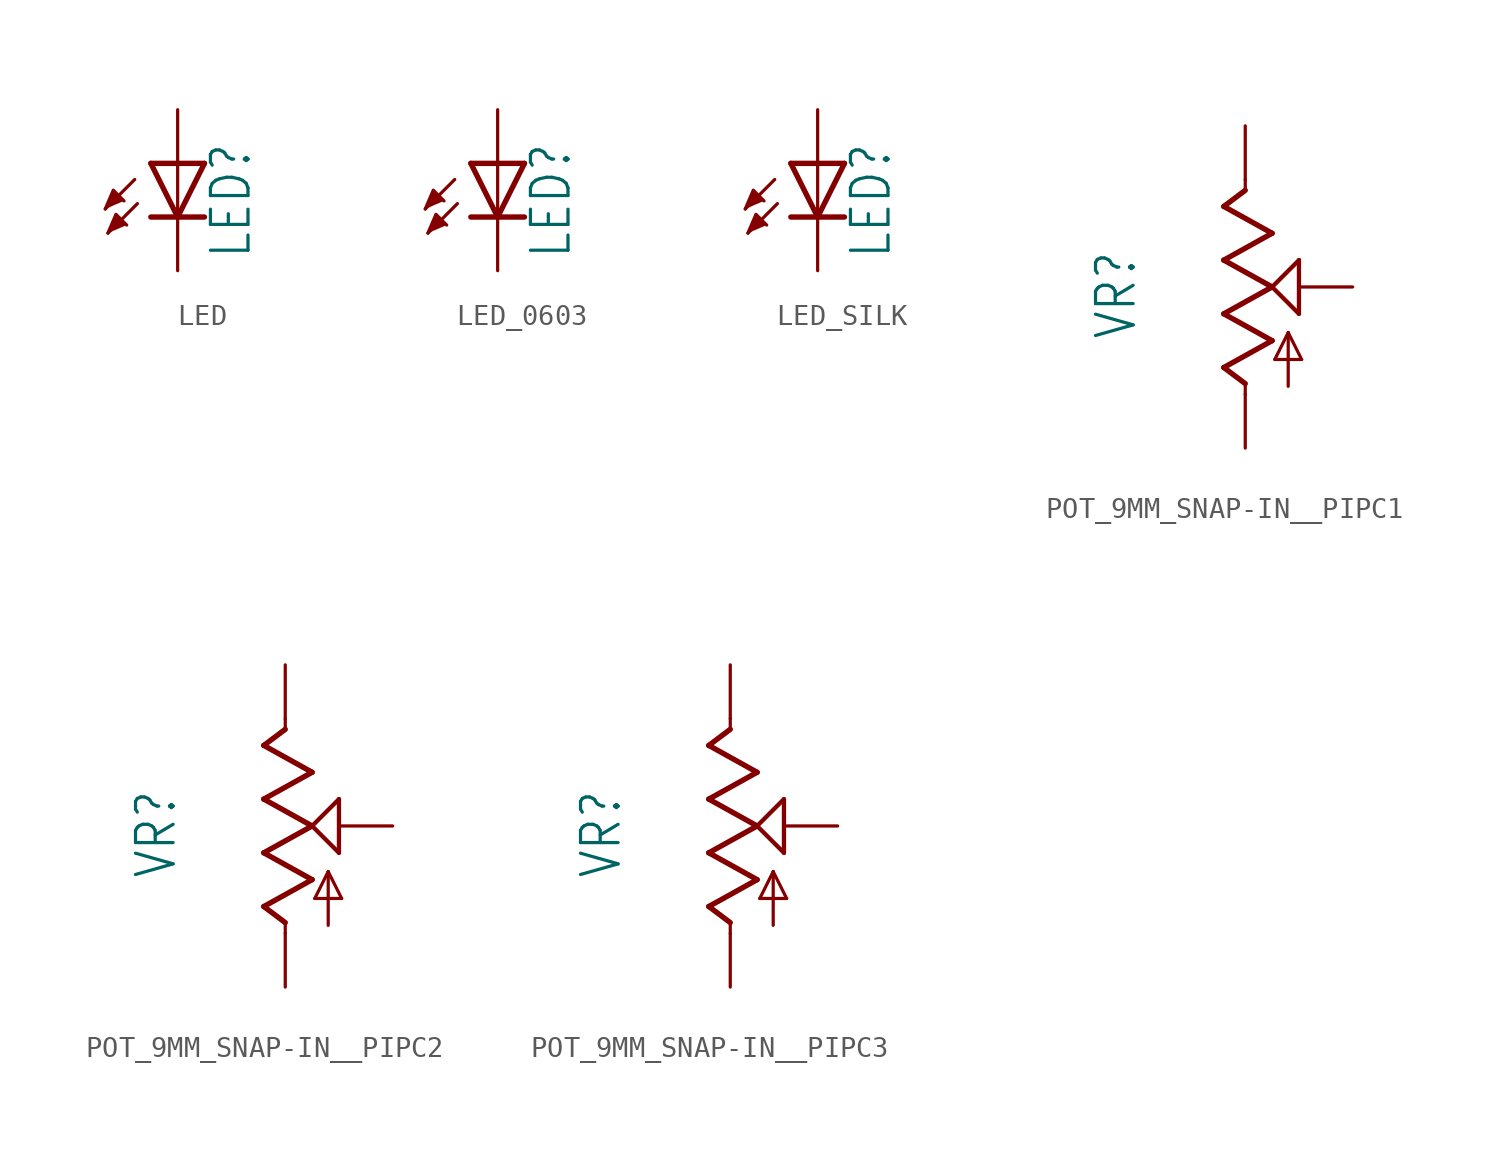
<source format=kicad_sym>
(kicad_symbol_lib
  (version 20231120)
  (generator "kicad_symbol_editor")
  (generator_version "8.0")
  (symbol "LED"
    (property "Reference" "LED"
      (at 3.556 -4.572 90)
      (effects (font (size 1.778 1.511)) (justify left bottom)))
    (property "Value" ""
      (at 5.715 -4.572 90)
      (effects (font (size 1.778 1.511)) (justify left bottom)))
    (property "ki_locked" ""
      (at 0 0 0)
      (effects (font (size 1.27 1.27))))
    (symbol "LED_1_0"
      (polyline (pts (xy -2.032 -0.762) (xy -3.429 -2.159)) (stroke (width 0.152) (type solid)) (fill (type none)))
      (polyline (pts (xy -1.905 -1.905) (xy -3.302 -3.302)) (stroke (width 0.152) (type solid)) (fill (type none)))
      (polyline (pts (xy 0 -2.54) (xy -1.27 -2.54)) (stroke (width 0.254) (type solid)) (fill (type none)))
      (polyline (pts (xy 0 -2.54) (xy -1.27 0)) (stroke (width 0.254) (type solid)) (fill (type none)))
      (polyline (pts (xy 0 0) (xy -1.27 0)) (stroke (width 0.254) (type solid)) (fill (type none)))
      (polyline (pts (xy 0 0) (xy 0 -2.54)) (stroke (width 0.152) (type solid)) (fill (type none)))
      (polyline (pts (xy 1.27 -2.54) (xy 0 -2.54)) (stroke (width 0.254) (type solid)) (fill (type none)))
      (polyline (pts (xy 1.27 0) (xy 0 -2.54)) (stroke (width 0.254) (type solid)) (fill (type none)))
      (polyline (pts (xy 1.27 0) (xy 0 0)) (stroke (width 0.254) (type solid)) (fill (type none)))
      (polyline (pts (xy -3.429 -2.159) (xy -3.048 -1.27) (xy -2.54 -1.778)) (stroke (width 0.152) (type solid)) (fill (type outline)))
      (polyline (pts (xy -3.302 -3.302) (xy -2.921 -2.413) (xy -2.413 -2.921)) (stroke (width 0.152) (type solid)) (fill (type outline)))
      (pin passive line (at 0 2.54 270) (length 2.54) (name "A" (effects (font (size 0 0)))) (number "A" (effects (font (size 0 0)))))
      (pin passive line (at 0 -5.08 90) (length 2.54) (name "C" (effects (font (size 0 0)))) (number "K" (effects (font (size 0 0)))))))
  (symbol "LED_0603"
    (property "Reference" "LED"
      (at 3.556 -4.572 90)
      (effects (font (size 1.778 1.511)) (justify left bottom)))
    (property "Value" ""
      (at 5.715 -4.572 90)
      (effects (font (size 1.778 1.511)) (justify left bottom)))
    (property "ki_locked" ""
      (at 0 0 0)
      (effects (font (size 1.27 1.27))))
    (symbol "LED_0603_1_0"
      (polyline (pts (xy -2.032 -0.762) (xy -3.429 -2.159)) (stroke (width 0.152) (type solid)) (fill (type none)))
      (polyline (pts (xy -1.905 -1.905) (xy -3.302 -3.302)) (stroke (width 0.152) (type solid)) (fill (type none)))
      (polyline (pts (xy 0 -2.54) (xy -1.27 -2.54)) (stroke (width 0.254) (type solid)) (fill (type none)))
      (polyline (pts (xy 0 -2.54) (xy -1.27 0)) (stroke (width 0.254) (type solid)) (fill (type none)))
      (polyline (pts (xy 0 0) (xy -1.27 0)) (stroke (width 0.254) (type solid)) (fill (type none)))
      (polyline (pts (xy 0 0) (xy 0 -2.54)) (stroke (width 0.152) (type solid)) (fill (type none)))
      (polyline (pts (xy 1.27 -2.54) (xy 0 -2.54)) (stroke (width 0.254) (type solid)) (fill (type none)))
      (polyline (pts (xy 1.27 0) (xy 0 -2.54)) (stroke (width 0.254) (type solid)) (fill (type none)))
      (polyline (pts (xy 1.27 0) (xy 0 0)) (stroke (width 0.254) (type solid)) (fill (type none)))
      (polyline (pts (xy -3.429 -2.159) (xy -3.048 -1.27) (xy -2.54 -1.778)) (stroke (width 0.152) (type solid)) (fill (type outline)))
      (polyline (pts (xy -3.302 -3.302) (xy -2.921 -2.413) (xy -2.413 -2.921)) (stroke (width 0.152) (type solid)) (fill (type outline)))
      (pin passive line (at 0 2.54 270) (length 2.54) (name "A" (effects (font (size 0 0)))) (number "ANODE" (effects (font (size 0 0)))))
      (pin passive line (at 0 -5.08 90) (length 2.54) (name "C" (effects (font (size 0 0)))) (number "CATHODE" (effects (font (size 0 0)))))))
  (symbol "LED_SILK"
    (property "Reference" "LED"
      (at 3.556 -4.572 90)
      (effects (font (size 1.778 1.511)) (justify left bottom)))
    (property "Value" ""
      (at 5.715 -4.572 90)
      (effects (font (size 1.778 1.511)) (justify left bottom)))
    (property "ki_locked" ""
      (at 0 0 0)
      (effects (font (size 1.27 1.27))))
    (symbol "LED_SILK_1_0"
      (polyline (pts (xy -2.032 -0.762) (xy -3.429 -2.159)) (stroke (width 0.152) (type solid)) (fill (type none)))
      (polyline (pts (xy -1.905 -1.905) (xy -3.302 -3.302)) (stroke (width 0.152) (type solid)) (fill (type none)))
      (polyline (pts (xy 0 -2.54) (xy -1.27 -2.54)) (stroke (width 0.254) (type solid)) (fill (type none)))
      (polyline (pts (xy 0 -2.54) (xy -1.27 0)) (stroke (width 0.254) (type solid)) (fill (type none)))
      (polyline (pts (xy 0 0) (xy -1.27 0)) (stroke (width 0.254) (type solid)) (fill (type none)))
      (polyline (pts (xy 0 0) (xy 0 -2.54)) (stroke (width 0.152) (type solid)) (fill (type none)))
      (polyline (pts (xy 1.27 -2.54) (xy 0 -2.54)) (stroke (width 0.254) (type solid)) (fill (type none)))
      (polyline (pts (xy 1.27 0) (xy 0 -2.54)) (stroke (width 0.254) (type solid)) (fill (type none)))
      (polyline (pts (xy 1.27 0) (xy 0 0)) (stroke (width 0.254) (type solid)) (fill (type none)))
      (polyline (pts (xy -3.429 -2.159) (xy -3.048 -1.27) (xy -2.54 -1.778)) (stroke (width 0.152) (type solid)) (fill (type outline)))
      (polyline (pts (xy -3.302 -3.302) (xy -2.921 -2.413) (xy -2.413 -2.921)) (stroke (width 0.152) (type solid)) (fill (type outline)))
      (pin passive line (at 0 2.54 270) (length 2.54) (name "A" (effects (font (size 0 0)))) (number "A" (effects (font (size 0 0)))))
      (pin passive line (at 0 -5.08 90) (length 2.54) (name "C" (effects (font (size 0 0)))) (number "K" (effects (font (size 0 0)))))))
  (symbol "POT_9MM_SNAP-IN__PIPC1"
    (property "Reference" "VR"
      (at -5.08 -2.54 90)
      (effects (font (size 1.778 1.511)) (justify left bottom)))
    (property "Value" ""
      (at -2.54 -2.54 90)
      (effects (font (size 1.778 1.511)) (justify left bottom)))
    (property "ki_locked" ""
      (at 0 0 0)
      (effects (font (size 1.27 1.27))))
    (symbol "POT_9MM_SNAP-IN__PIPC1_1_0"
      (polyline (pts (xy -1.016 -3.81) (xy 1.27 -2.54)) (stroke (width 0.254) (type solid)) (fill (type none)))
      (polyline (pts (xy -1.016 -1.27) (xy 1.27 0)) (stroke (width 0.254) (type solid)) (fill (type none)))
      (polyline (pts (xy -1.016 1.27) (xy 1.27 2.54)) (stroke (width 0.254) (type solid)) (fill (type none)))
      (polyline (pts (xy -1.016 3.81) (xy 0 4.572)) (stroke (width 0.254) (type solid)) (fill (type none)))
      (polyline (pts (xy 0 -5.08) (xy 0 -4.572)) (stroke (width 0.152) (type solid)) (fill (type none)))
      (polyline (pts (xy 0 -4.572) (xy -1.016 -3.81)) (stroke (width 0.254) (type solid)) (fill (type none)))
      (polyline (pts (xy 0 4.572) (xy 0 5.08)) (stroke (width 0.152) (type solid)) (fill (type none)))
      (polyline (pts (xy 1.27 -2.54) (xy -1.016 -1.27)) (stroke (width 0.254) (type solid)) (fill (type none)))
      (polyline (pts (xy 1.27 0) (xy -1.016 1.27)) (stroke (width 0.254) (type solid)) (fill (type none)))
      (polyline (pts (xy 1.27 0) (xy 2.54 1.27)) (stroke (width 0.203) (type solid)) (fill (type none)))
      (polyline (pts (xy 1.27 2.54) (xy -1.016 3.81)) (stroke (width 0.254) (type solid)) (fill (type none)))
      (polyline (pts (xy 1.397 -3.429) (xy 2.032 -2.159)) (stroke (width 0.152) (type solid)) (fill (type none)))
      (polyline (pts (xy 2.032 -4.699) (xy 2.032 -2.159)) (stroke (width 0.152) (type solid)) (fill (type none)))
      (polyline (pts (xy 2.032 -2.159) (xy 2.667 -3.429)) (stroke (width 0.152) (type solid)) (fill (type none)))
      (polyline (pts (xy 2.54 -1.27) (xy 1.27 0)) (stroke (width 0.203) (type solid)) (fill (type none)))
      (polyline (pts (xy 2.54 1.27) (xy 2.54 -1.27)) (stroke (width 0.203) (type solid)) (fill (type none)))
      (polyline (pts (xy 2.667 -3.429) (xy 1.397 -3.429)) (stroke (width 0.152) (type solid)) (fill (type none)))
      (pin passive line (at 0 -7.62 90) (length 2.54) (name "1" (effects (font (size 0 0)))) (number "1" (effects (font (size 0 0)))))
      (pin passive line (at 5.08 0 180) (length 2.54) (name "2" (effects (font (size 0 0)))) (number "2" (effects (font (size 0 0)))))
      (pin passive line (at 0 7.62 270) (length 2.54) (name "3" (effects (font (size 0 0)))) (number "3" (effects (font (size 0 0)))))))
  (symbol "POT_9MM_SNAP-IN__PIPC2"
    (property "Reference" "VR"
      (at -5.08 -2.54 90)
      (effects (font (size 1.778 1.511)) (justify left bottom)))
    (property "Value" ""
      (at -2.54 -2.54 90)
      (effects (font (size 1.778 1.511)) (justify left bottom)))
    (property "ki_locked" ""
      (at 0 0 0)
      (effects (font (size 1.27 1.27))))
    (symbol "POT_9MM_SNAP-IN__PIPC2_1_0"
      (polyline (pts (xy -1.016 -3.81) (xy 1.27 -2.54)) (stroke (width 0.254) (type solid)) (fill (type none)))
      (polyline (pts (xy -1.016 -1.27) (xy 1.27 0)) (stroke (width 0.254) (type solid)) (fill (type none)))
      (polyline (pts (xy -1.016 1.27) (xy 1.27 2.54)) (stroke (width 0.254) (type solid)) (fill (type none)))
      (polyline (pts (xy -1.016 3.81) (xy 0 4.572)) (stroke (width 0.254) (type solid)) (fill (type none)))
      (polyline (pts (xy 0 -5.08) (xy 0 -4.572)) (stroke (width 0.152) (type solid)) (fill (type none)))
      (polyline (pts (xy 0 -4.572) (xy -1.016 -3.81)) (stroke (width 0.254) (type solid)) (fill (type none)))
      (polyline (pts (xy 0 4.572) (xy 0 5.08)) (stroke (width 0.152) (type solid)) (fill (type none)))
      (polyline (pts (xy 1.27 -2.54) (xy -1.016 -1.27)) (stroke (width 0.254) (type solid)) (fill (type none)))
      (polyline (pts (xy 1.27 0) (xy -1.016 1.27)) (stroke (width 0.254) (type solid)) (fill (type none)))
      (polyline (pts (xy 1.27 0) (xy 2.54 1.27)) (stroke (width 0.203) (type solid)) (fill (type none)))
      (polyline (pts (xy 1.27 2.54) (xy -1.016 3.81)) (stroke (width 0.254) (type solid)) (fill (type none)))
      (polyline (pts (xy 1.397 -3.429) (xy 2.032 -2.159)) (stroke (width 0.152) (type solid)) (fill (type none)))
      (polyline (pts (xy 2.032 -4.699) (xy 2.032 -2.159)) (stroke (width 0.152) (type solid)) (fill (type none)))
      (polyline (pts (xy 2.032 -2.159) (xy 2.667 -3.429)) (stroke (width 0.152) (type solid)) (fill (type none)))
      (polyline (pts (xy 2.54 -1.27) (xy 1.27 0)) (stroke (width 0.203) (type solid)) (fill (type none)))
      (polyline (pts (xy 2.54 1.27) (xy 2.54 -1.27)) (stroke (width 0.203) (type solid)) (fill (type none)))
      (polyline (pts (xy 2.667 -3.429) (xy 1.397 -3.429)) (stroke (width 0.152) (type solid)) (fill (type none)))
      (pin passive line (at 0 -7.62 90) (length 2.54) (name "1" (effects (font (size 0 0)))) (number "1" (effects (font (size 0 0)))))
      (pin passive line (at 5.08 0 180) (length 2.54) (name "2" (effects (font (size 0 0)))) (number "2" (effects (font (size 0 0)))))
      (pin passive line (at 0 7.62 270) (length 2.54) (name "3" (effects (font (size 0 0)))) (number "3" (effects (font (size 0 0)))))))
  (symbol "POT_9MM_SNAP-IN__PIPC3"
    (property "Reference" "VR"
      (at -5.08 -2.54 90)
      (effects (font (size 1.778 1.511)) (justify left bottom)))
    (property "Value" ""
      (at -2.54 -2.54 90)
      (effects (font (size 1.778 1.511)) (justify left bottom)))
    (property "ki_locked" ""
      (at 0 0 0)
      (effects (font (size 1.27 1.27))))
    (symbol "POT_9MM_SNAP-IN__PIPC3_1_0"
      (polyline (pts (xy -1.016 -3.81) (xy 1.27 -2.54)) (stroke (width 0.254) (type solid)) (fill (type none)))
      (polyline (pts (xy -1.016 -1.27) (xy 1.27 0)) (stroke (width 0.254) (type solid)) (fill (type none)))
      (polyline (pts (xy -1.016 1.27) (xy 1.27 2.54)) (stroke (width 0.254) (type solid)) (fill (type none)))
      (polyline (pts (xy -1.016 3.81) (xy 0 4.572)) (stroke (width 0.254) (type solid)) (fill (type none)))
      (polyline (pts (xy 0 -5.08) (xy 0 -4.572)) (stroke (width 0.152) (type solid)) (fill (type none)))
      (polyline (pts (xy 0 -4.572) (xy -1.016 -3.81)) (stroke (width 0.254) (type solid)) (fill (type none)))
      (polyline (pts (xy 0 4.572) (xy 0 5.08)) (stroke (width 0.152) (type solid)) (fill (type none)))
      (polyline (pts (xy 1.27 -2.54) (xy -1.016 -1.27)) (stroke (width 0.254) (type solid)) (fill (type none)))
      (polyline (pts (xy 1.27 0) (xy -1.016 1.27)) (stroke (width 0.254) (type solid)) (fill (type none)))
      (polyline (pts (xy 1.27 0) (xy 2.54 1.27)) (stroke (width 0.203) (type solid)) (fill (type none)))
      (polyline (pts (xy 1.27 2.54) (xy -1.016 3.81)) (stroke (width 0.254) (type solid)) (fill (type none)))
      (polyline (pts (xy 1.397 -3.429) (xy 2.032 -2.159)) (stroke (width 0.152) (type solid)) (fill (type none)))
      (polyline (pts (xy 2.032 -4.699) (xy 2.032 -2.159)) (stroke (width 0.152) (type solid)) (fill (type none)))
      (polyline (pts (xy 2.032 -2.159) (xy 2.667 -3.429)) (stroke (width 0.152) (type solid)) (fill (type none)))
      (polyline (pts (xy 2.54 -1.27) (xy 1.27 0)) (stroke (width 0.203) (type solid)) (fill (type none)))
      (polyline (pts (xy 2.54 1.27) (xy 2.54 -1.27)) (stroke (width 0.203) (type solid)) (fill (type none)))
      (polyline (pts (xy 2.667 -3.429) (xy 1.397 -3.429)) (stroke (width 0.152) (type solid)) (fill (type none)))
      (pin passive line (at 0 -7.62 90) (length 2.54) (name "1" (effects (font (size 0 0)))) (number "1" (effects (font (size 0 0)))))
      (pin passive line (at 5.08 0 180) (length 2.54) (name "2" (effects (font (size 0 0)))) (number "2" (effects (font (size 0 0)))))
      (pin passive line (at 0 7.62 270) (length 2.54) (name "3" (effects (font (size 0 0)))) (number "3" (effects (font (size 0 0))))))))
</source>
